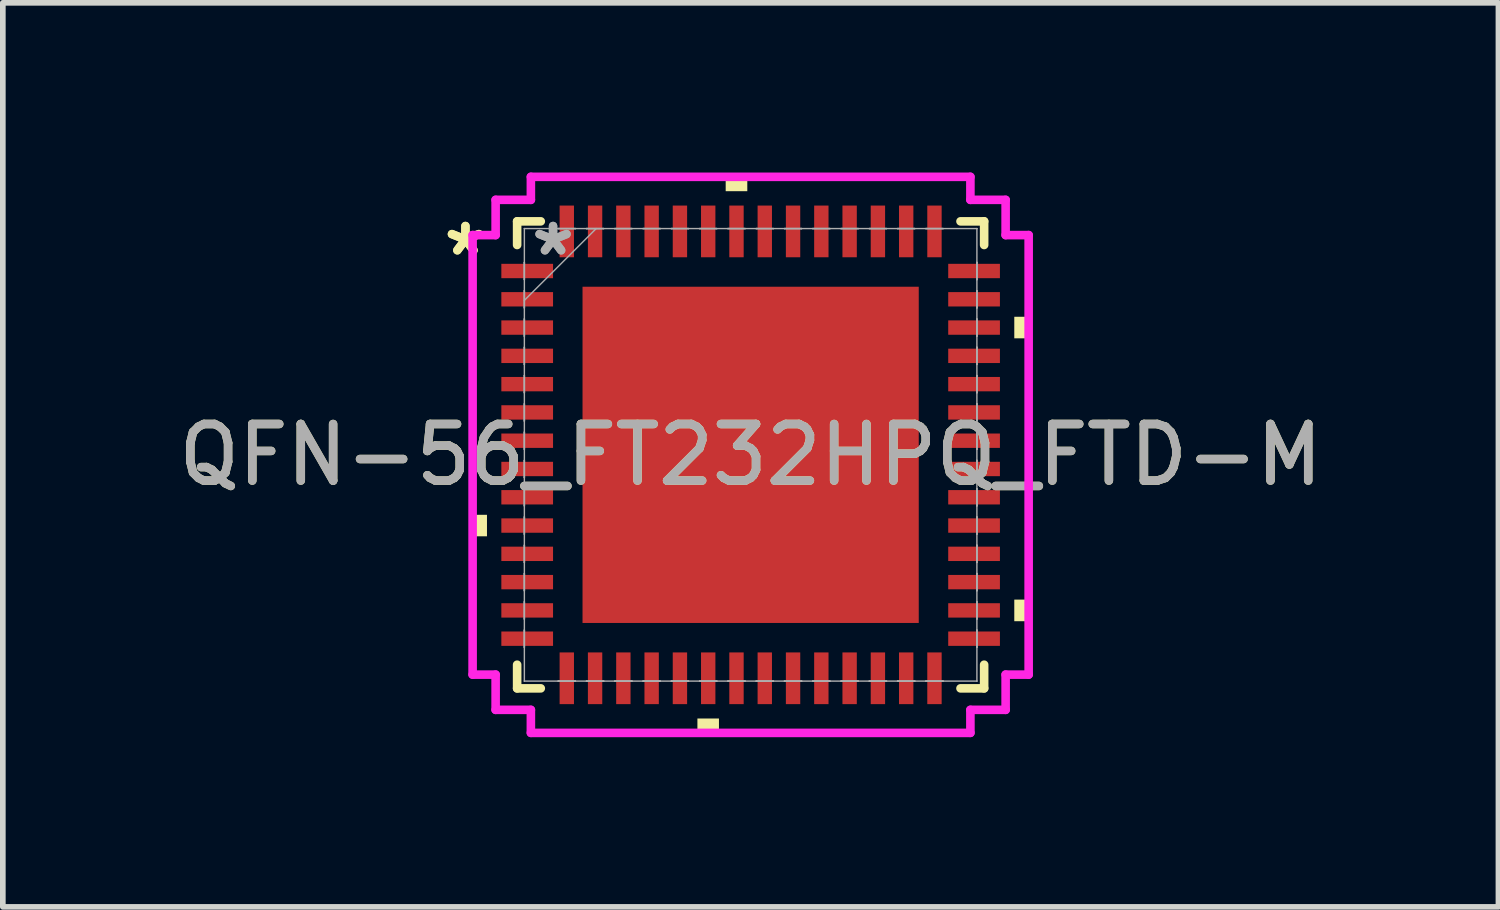
<source format=kicad_pcb>
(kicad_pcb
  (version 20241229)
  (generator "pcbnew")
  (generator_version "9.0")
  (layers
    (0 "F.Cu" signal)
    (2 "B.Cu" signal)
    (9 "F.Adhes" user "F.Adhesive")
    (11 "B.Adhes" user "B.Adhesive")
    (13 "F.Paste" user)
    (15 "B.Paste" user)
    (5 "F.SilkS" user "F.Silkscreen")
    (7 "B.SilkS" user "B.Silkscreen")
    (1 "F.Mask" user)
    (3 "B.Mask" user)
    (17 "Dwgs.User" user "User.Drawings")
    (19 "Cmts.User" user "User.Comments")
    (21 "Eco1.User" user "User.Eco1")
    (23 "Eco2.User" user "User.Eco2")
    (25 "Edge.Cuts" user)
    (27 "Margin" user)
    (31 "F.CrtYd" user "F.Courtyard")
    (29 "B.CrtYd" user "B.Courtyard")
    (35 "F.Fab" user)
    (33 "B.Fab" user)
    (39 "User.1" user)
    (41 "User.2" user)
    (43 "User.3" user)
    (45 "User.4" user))
  (footprint "QFN-56_FT232HPQ_FTD-M"
    (layer "F.Cu")
    (at 10.22 4.991)
    (property "Reference" "QFN-56_FT232HPQ_FTD-M" (at 0 0 0) (unlocked yes) (layer "F.SilkS") (effects (font (size 1 1) (thickness 0.15))))
    (attr smd)
    (fp_line (start -4.128 -4.128) (end -4.128 -3.71) (stroke (width 0.152) (type solid)) (layer "F.SilkS"))
    (fp_line (start -4.128 3.71) (end -4.128 4.128) (stroke (width 0.152) (type solid)) (layer "F.SilkS"))
    (fp_line (start -4.128 4.128) (end -3.71 4.128) (stroke (width 0.152) (type solid)) (layer "F.SilkS"))
    (fp_line (start -3.71 -4.128) (end -4.128 -4.128) (stroke (width 0.152) (type solid)) (layer "F.SilkS"))
    (fp_line (start 3.71 4.128) (end 4.128 4.128) (stroke (width 0.152) (type solid)) (layer "F.SilkS"))
    (fp_line (start 4.128 -4.128) (end 3.71 -4.128) (stroke (width 0.152) (type solid)) (layer "F.SilkS"))
    (fp_line (start 4.128 -3.71) (end 4.128 -4.128) (stroke (width 0.152) (type solid)) (layer "F.SilkS"))
    (fp_line (start 4.128 4.128) (end 4.128 3.71) (stroke (width 0.152) (type solid)) (layer "F.SilkS"))
    (fp_poly (pts (xy -4.915 1.06) (xy -4.915 1.44) (xy -4.661 1.44) (xy -4.661 1.06)) (stroke (width 0) (type solid)) (fill yes) (layer "F.SilkS"))
    (fp_poly (pts (xy -0.941 4.661) (xy -0.941 4.915) (xy -0.56 4.915) (xy -0.56 4.661)) (stroke (width 0) (type solid)) (fill yes) (layer "F.SilkS"))
    (fp_poly (pts (xy -0.441 -4.661) (xy -0.441 -4.915) (xy -0.059 -4.915) (xy -0.059 -4.661)) (stroke (width 0) (type solid)) (fill yes) (layer "F.SilkS"))
    (fp_poly (pts (xy 4.915 -2.441) (xy 4.915 -2.06) (xy 4.661 -2.06) (xy 4.661 -2.441)) (stroke (width 0) (type solid)) (fill yes) (layer "F.SilkS"))
    (fp_poly (pts (xy 4.915 2.559) (xy 4.915 2.941) (xy 4.661 2.941) (xy 4.661 2.559)) (stroke (width 0) (type solid)) (fill yes) (layer "F.SilkS"))
    (fp_poly (pts (xy -2.872 -2.872) (xy -2.872 -1.586) (xy -1.586 -1.586) (xy -1.586 -2.872)) (stroke (width 0) (type solid)) (fill yes) (layer "F.Paste"))
    (fp_poly (pts (xy -2.872 -1.386) (xy -2.872 -0.1) (xy -1.586 -0.1) (xy -1.586 -1.386)) (stroke (width 0) (type solid)) (fill yes) (layer "F.Paste"))
    (fp_poly (pts (xy -2.872 0.1) (xy -2.872 1.386) (xy -1.586 1.386) (xy -1.586 0.1)) (stroke (width 0) (type solid)) (fill yes) (layer "F.Paste"))
    (fp_poly (pts (xy -2.872 1.586) (xy -2.872 2.872) (xy -1.586 2.872) (xy -1.586 1.586)) (stroke (width 0) (type solid)) (fill yes) (layer "F.Paste"))
    (fp_poly (pts (xy -1.386 -2.872) (xy -1.386 -1.586) (xy -0.1 -1.586) (xy -0.1 -2.872)) (stroke (width 0) (type solid)) (fill yes) (layer "F.Paste"))
    (fp_poly (pts (xy -1.386 -1.386) (xy -1.386 -0.1) (xy -0.1 -0.1) (xy -0.1 -1.386)) (stroke (width 0) (type solid)) (fill yes) (layer "F.Paste"))
    (fp_poly (pts (xy -1.386 0.1) (xy -1.386 1.386) (xy -0.1 1.386) (xy -0.1 0.1)) (stroke (width 0) (type solid)) (fill yes) (layer "F.Paste"))
    (fp_poly (pts (xy -1.386 1.586) (xy -1.386 2.872) (xy -0.1 2.872) (xy -0.1 1.586)) (stroke (width 0) (type solid)) (fill yes) (layer "F.Paste"))
    (fp_poly (pts (xy 0.1 -2.872) (xy 0.1 -1.586) (xy 1.386 -1.586) (xy 1.386 -2.872)) (stroke (width 0) (type solid)) (fill yes) (layer "F.Paste"))
    (fp_poly (pts (xy 0.1 -1.386) (xy 0.1 -0.1) (xy 1.386 -0.1) (xy 1.386 -1.386)) (stroke (width 0) (type solid)) (fill yes) (layer "F.Paste"))
    (fp_poly (pts (xy 0.1 0.1) (xy 0.1 1.386) (xy 1.386 1.386) (xy 1.386 0.1)) (stroke (width 0) (type solid)) (fill yes) (layer "F.Paste"))
    (fp_poly (pts (xy 0.1 1.586) (xy 0.1 2.872) (xy 1.386 2.872) (xy 1.386 1.586)) (stroke (width 0) (type solid)) (fill yes) (layer "F.Paste"))
    (fp_poly (pts (xy 1.586 -2.872) (xy 1.586 -1.586) (xy 2.872 -1.586) (xy 2.872 -2.872)) (stroke (width 0) (type solid)) (fill yes) (layer "F.Paste"))
    (fp_poly (pts (xy 1.586 -1.386) (xy 1.586 -0.1) (xy 2.872 -0.1) (xy 2.872 -1.386)) (stroke (width 0) (type solid)) (fill yes) (layer "F.Paste"))
    (fp_poly (pts (xy 1.586 0.1) (xy 1.586 1.386) (xy 2.872 1.386) (xy 2.872 0.1)) (stroke (width 0) (type solid)) (fill yes) (layer "F.Paste"))
    (fp_poly (pts (xy 1.586 1.586) (xy 1.586 2.872) (xy 2.872 2.872) (xy 2.872 1.586)) (stroke (width 0) (type solid)) (fill yes) (layer "F.Paste"))
    (fp_line (start -4.915 -3.885) (end -4.508 -3.885) (stroke (width 0.152) (type solid)) (layer "F.CrtYd"))
    (fp_line (start -4.915 3.885) (end -4.915 -3.885) (stroke (width 0.152) (type solid)) (layer "F.CrtYd"))
    (fp_line (start -4.508 -4.508) (end -3.885 -4.508) (stroke (width 0.152) (type solid)) (layer "F.CrtYd"))
    (fp_line (start -4.508 -3.885) (end -4.508 -4.508) (stroke (width 0.152) (type solid)) (layer "F.CrtYd"))
    (fp_line (start -4.508 3.885) (end -4.915 3.885) (stroke (width 0.152) (type solid)) (layer "F.CrtYd"))
    (fp_line (start -4.508 4.508) (end -4.508 3.885) (stroke (width 0.152) (type solid)) (layer "F.CrtYd"))
    (fp_line (start -3.885 -4.915) (end 3.885 -4.915) (stroke (width 0.152) (type solid)) (layer "F.CrtYd"))
    (fp_line (start -3.885 -4.508) (end -3.885 -4.915) (stroke (width 0.152) (type solid)) (layer "F.CrtYd"))
    (fp_line (start -3.885 4.508) (end -4.508 4.508) (stroke (width 0.152) (type solid)) (layer "F.CrtYd"))
    (fp_line (start -3.885 4.915) (end -3.885 4.508) (stroke (width 0.152) (type solid)) (layer "F.CrtYd"))
    (fp_line (start 3.885 -4.915) (end 3.885 -4.508) (stroke (width 0.152) (type solid)) (layer "F.CrtYd"))
    (fp_line (start 3.885 -4.508) (end 4.508 -4.508) (stroke (width 0.152) (type solid)) (layer "F.CrtYd"))
    (fp_line (start 3.885 4.508) (end 3.885 4.915) (stroke (width 0.152) (type solid)) (layer "F.CrtYd"))
    (fp_line (start 3.885 4.915) (end -3.885 4.915) (stroke (width 0.152) (type solid)) (layer "F.CrtYd"))
    (fp_line (start 4.508 -4.508) (end 4.508 -3.885) (stroke (width 0.152) (type solid)) (layer "F.CrtYd"))
    (fp_line (start 4.508 -3.885) (end 4.915 -3.885) (stroke (width 0.152) (type solid)) (layer "F.CrtYd"))
    (fp_line (start 4.508 3.885) (end 4.508 4.508) (stroke (width 0.152) (type solid)) (layer "F.CrtYd"))
    (fp_line (start 4.508 4.508) (end 3.885 4.508) (stroke (width 0.152) (type solid)) (layer "F.CrtYd"))
    (fp_line (start 4.915 -3.885) (end 4.915 3.885) (stroke (width 0.152) (type solid)) (layer "F.CrtYd"))
    (fp_line (start 4.915 3.885) (end 4.508 3.885) (stroke (width 0.152) (type solid)) (layer "F.CrtYd"))
    (fp_line (start -4 -4) (end -4 -4) (stroke (width 0.025) (type solid)) (layer "F.Fab"))
    (fp_line (start -4 -4) (end -4 4) (stroke (width 0.025) (type solid)) (layer "F.Fab"))
    (fp_line (start -4 -3.402) (end -4 -3.402) (stroke (width 0.025) (type solid)) (layer "F.Fab"))
    (fp_line (start -4 -3.402) (end -4 -3.098) (stroke (width 0.025) (type solid)) (layer "F.Fab"))
    (fp_line (start -4 -3.098) (end -4 -3.402) (stroke (width 0.025) (type solid)) (layer "F.Fab"))
    (fp_line (start -4 -3.098) (end -4 -3.098) (stroke (width 0.025) (type solid)) (layer "F.Fab"))
    (fp_line (start -4 -2.902) (end -4 -2.902) (stroke (width 0.025) (type solid)) (layer "F.Fab"))
    (fp_line (start -4 -2.902) (end -4 -2.598) (stroke (width 0.025) (type solid)) (layer "F.Fab"))
    (fp_line (start -4 -2.731) (end -2.731 -4) (stroke (width 0.025) (type solid)) (layer "F.Fab"))
    (fp_line (start -4 -2.598) (end -4 -2.902) (stroke (width 0.025) (type solid)) (layer "F.Fab"))
    (fp_line (start -4 -2.598) (end -4 -2.598) (stroke (width 0.025) (type solid)) (layer "F.Fab"))
    (fp_line (start -4 -2.402) (end -4 -2.402) (stroke (width 0.025) (type solid)) (layer "F.Fab"))
    (fp_line (start -4 -2.402) (end -4 -2.098) (stroke (width 0.025) (type solid)) (layer "F.Fab"))
    (fp_line (start -4 -2.098) (end -4 -2.402) (stroke (width 0.025) (type solid)) (layer "F.Fab"))
    (fp_line (start -4 -2.098) (end -4 -2.098) (stroke (width 0.025) (type solid)) (layer "F.Fab"))
    (fp_line (start -4 -1.902) (end -4 -1.902) (stroke (width 0.025) (type solid)) (layer "F.Fab"))
    (fp_line (start -4 -1.902) (end -4 -1.598) (stroke (width 0.025) (type solid)) (layer "F.Fab"))
    (fp_line (start -4 -1.598) (end -4 -1.902) (stroke (width 0.025) (type solid)) (layer "F.Fab"))
    (fp_line (start -4 -1.598) (end -4 -1.598) (stroke (width 0.025) (type solid)) (layer "F.Fab"))
    (fp_line (start -4 -1.402) (end -4 -1.402) (stroke (width 0.025) (type solid)) (layer "F.Fab"))
    (fp_line (start -4 -1.402) (end -4 -1.098) (stroke (width 0.025) (type solid)) (layer "F.Fab"))
    (fp_line (start -4 -1.098) (end -4 -1.402) (stroke (width 0.025) (type solid)) (layer "F.Fab"))
    (fp_line (start -4 -1.098) (end -4 -1.098) (stroke (width 0.025) (type solid)) (layer "F.Fab"))
    (fp_line (start -4 -0.902) (end -4 -0.902) (stroke (width 0.025) (type solid)) (layer "F.Fab"))
    (fp_line (start -4 -0.902) (end -4 -0.598) (stroke (width 0.025) (type solid)) (layer "F.Fab"))
    (fp_line (start -4 -0.598) (end -4 -0.902) (stroke (width 0.025) (type solid)) (layer "F.Fab"))
    (fp_line (start -4 -0.598) (end -4 -0.598) (stroke (width 0.025) (type solid)) (layer "F.Fab"))
    (fp_line (start -4 -0.402) (end -4 -0.402) (stroke (width 0.025) (type solid)) (layer "F.Fab"))
    (fp_line (start -4 -0.402) (end -4 -0.098) (stroke (width 0.025) (type solid)) (layer "F.Fab"))
    (fp_line (start -4 -0.098) (end -4 -0.402) (stroke (width 0.025) (type solid)) (layer "F.Fab"))
    (fp_line (start -4 -0.098) (end -4 -0.098) (stroke (width 0.025) (type solid)) (layer "F.Fab"))
    (fp_line (start -4 0.098) (end -4 0.098) (stroke (width 0.025) (type solid)) (layer "F.Fab"))
    (fp_line (start -4 0.098) (end -4 0.402) (stroke (width 0.025) (type solid)) (layer "F.Fab"))
    (fp_line (start -4 0.402) (end -4 0.098) (stroke (width 0.025) (type solid)) (layer "F.Fab"))
    (fp_line (start -4 0.402) (end -4 0.402) (stroke (width 0.025) (type solid)) (layer "F.Fab"))
    (fp_line (start -4 0.598) (end -4 0.598) (stroke (width 0.025) (type solid)) (layer "F.Fab"))
    (fp_line (start -4 0.598) (end -4 0.902) (stroke (width 0.025) (type solid)) (layer "F.Fab"))
    (fp_line (start -4 0.902) (end -4 0.598) (stroke (width 0.025) (type solid)) (layer "F.Fab"))
    (fp_line (start -4 0.902) (end -4 0.902) (stroke (width 0.025) (type solid)) (layer "F.Fab"))
    (fp_line (start -4 1.098) (end -4 1.098) (stroke (width 0.025) (type solid)) (layer "F.Fab"))
    (fp_line (start -4 1.098) (end -4 1.402) (stroke (width 0.025) (type solid)) (layer "F.Fab"))
    (fp_line (start -4 1.402) (end -4 1.098) (stroke (width 0.025) (type solid)) (layer "F.Fab"))
    (fp_line (start -4 1.402) (end -4 1.402) (stroke (width 0.025) (type solid)) (layer "F.Fab"))
    (fp_line (start -4 1.598) (end -4 1.598) (stroke (width 0.025) (type solid)) (layer "F.Fab"))
    (fp_line (start -4 1.598) (end -4 1.902) (stroke (width 0.025) (type solid)) (layer "F.Fab"))
    (fp_line (start -4 1.902) (end -4 1.598) (stroke (width 0.025) (type solid)) (layer "F.Fab"))
    (fp_line (start -4 1.902) (end -4 1.902) (stroke (width 0.025) (type solid)) (layer "F.Fab"))
    (fp_line (start -4 2.098) (end -4 2.098) (stroke (width 0.025) (type solid)) (layer "F.Fab"))
    (fp_line (start -4 2.098) (end -4 2.402) (stroke (width 0.025) (type solid)) (layer "F.Fab"))
    (fp_line (start -4 2.402) (end -4 2.098) (stroke (width 0.025) (type solid)) (layer "F.Fab"))
    (fp_line (start -4 2.402) (end -4 2.402) (stroke (width 0.025) (type solid)) (layer "F.Fab"))
    (fp_line (start -4 2.598) (end -4 2.598) (stroke (width 0.025) (type solid)) (layer "F.Fab"))
    (fp_line (start -4 2.598) (end -4 2.902) (stroke (width 0.025) (type solid)) (layer "F.Fab"))
    (fp_line (start -4 2.902) (end -4 2.598) (stroke (width 0.025) (type solid)) (layer "F.Fab"))
    (fp_line (start -4 2.902) (end -4 2.902) (stroke (width 0.025) (type solid)) (layer "F.Fab"))
    (fp_line (start -4 3.098) (end -4 3.098) (stroke (width 0.025) (type solid)) (layer "F.Fab"))
    (fp_line (start -4 3.098) (end -4 3.402) (stroke (width 0.025) (type solid)) (layer "F.Fab"))
    (fp_line (start -4 3.402) (end -4 3.098) (stroke (width 0.025) (type solid)) (layer "F.Fab"))
    (fp_line (start -4 3.402) (end -4 3.402) (stroke (width 0.025) (type solid)) (layer "F.Fab"))
    (fp_line (start -4 4) (end -4 4) (stroke (width 0.025) (type solid)) (layer "F.Fab"))
    (fp_line (start -4 4) (end 4 4) (stroke (width 0.025) (type solid)) (layer "F.Fab"))
    (fp_line (start -3.402 -4) (end -3.402 -4) (stroke (width 0.025) (type solid)) (layer "F.Fab"))
    (fp_line (start -3.402 -4) (end -3.098 -4) (stroke (width 0.025) (type solid)) (layer "F.Fab"))
    (fp_line (start -3.402 4) (end -3.402 4) (stroke (width 0.025) (type solid)) (layer "F.Fab"))
    (fp_line (start -3.402 4) (end -3.098 4) (stroke (width 0.025) (type solid)) (layer "F.Fab"))
    (fp_line (start -3.098 -4) (end -3.402 -4) (stroke (width 0.025) (type solid)) (layer "F.Fab"))
    (fp_line (start -3.098 -4) (end -3.098 -4) (stroke (width 0.025) (type solid)) (layer "F.Fab"))
    (fp_line (start -3.098 4) (end -3.402 4) (stroke (width 0.025) (type solid)) (layer "F.Fab"))
    (fp_line (start -3.098 4) (end -3.098 4) (stroke (width 0.025) (type solid)) (layer "F.Fab"))
    (fp_line (start -2.902 -4) (end -2.902 -4) (stroke (width 0.025) (type solid)) (layer "F.Fab"))
    (fp_line (start -2.902 -4) (end -2.598 -4) (stroke (width 0.025) (type solid)) (layer "F.Fab"))
    (fp_line (start -2.902 4) (end -2.902 4) (stroke (width 0.025) (type solid)) (layer "F.Fab"))
    (fp_line (start -2.902 4) (end -2.598 4) (stroke (width 0.025) (type solid)) (layer "F.Fab"))
    (fp_line (start -2.598 -4) (end -2.902 -4) (stroke (width 0.025) (type solid)) (layer "F.Fab"))
    (fp_line (start -2.598 -4) (end -2.598 -4) (stroke (width 0.025) (type solid)) (layer "F.Fab"))
    (fp_line (start -2.598 4) (end -2.902 4) (stroke (width 0.025) (type solid)) (layer "F.Fab"))
    (fp_line (start -2.598 4) (end -2.598 4) (stroke (width 0.025) (type solid)) (layer "F.Fab"))
    (fp_line (start -2.402 -4) (end -2.402 -4) (stroke (width 0.025) (type solid)) (layer "F.Fab"))
    (fp_line (start -2.402 -4) (end -2.098 -4) (stroke (width 0.025) (type solid)) (layer "F.Fab"))
    (fp_line (start -2.402 4) (end -2.402 4) (stroke (width 0.025) (type solid)) (layer "F.Fab"))
    (fp_line (start -2.402 4) (end -2.098 4) (stroke (width 0.025) (type solid)) (layer "F.Fab"))
    (fp_line (start -2.098 -4) (end -2.402 -4) (stroke (width 0.025) (type solid)) (layer "F.Fab"))
    (fp_line (start -2.098 -4) (end -2.098 -4) (stroke (width 0.025) (type solid)) (layer "F.Fab"))
    (fp_line (start -2.098 4) (end -2.402 4) (stroke (width 0.025) (type solid)) (layer "F.Fab"))
    (fp_line (start -2.098 4) (end -2.098 4) (stroke (width 0.025) (type solid)) (layer "F.Fab"))
    (fp_line (start -1.902 -4) (end -1.902 -4) (stroke (width 0.025) (type solid)) (layer "F.Fab"))
    (fp_line (start -1.902 -4) (end -1.598 -4) (stroke (width 0.025) (type solid)) (layer "F.Fab"))
    (fp_line (start -1.902 4) (end -1.902 4) (stroke (width 0.025) (type solid)) (layer "F.Fab"))
    (fp_line (start -1.902 4) (end -1.598 4) (stroke (width 0.025) (type solid)) (layer "F.Fab"))
    (fp_line (start -1.598 -4) (end -1.902 -4) (stroke (width 0.025) (type solid)) (layer "F.Fab"))
    (fp_line (start -1.598 -4) (end -1.598 -4) (stroke (width 0.025) (type solid)) (layer "F.Fab"))
    (fp_line (start -1.598 4) (end -1.902 4) (stroke (width 0.025) (type solid)) (layer "F.Fab"))
    (fp_line (start -1.598 4) (end -1.598 4) (stroke (width 0.025) (type solid)) (layer "F.Fab"))
    (fp_line (start -1.402 -4) (end -1.402 -4) (stroke (width 0.025) (type solid)) (layer "F.Fab"))
    (fp_line (start -1.402 -4) (end -1.098 -4) (stroke (width 0.025) (type solid)) (layer "F.Fab"))
    (fp_line (start -1.402 4) (end -1.402 4) (stroke (width 0.025) (type solid)) (layer "F.Fab"))
    (fp_line (start -1.402 4) (end -1.098 4) (stroke (width 0.025) (type solid)) (layer "F.Fab"))
    (fp_line (start -1.098 -4) (end -1.402 -4) (stroke (width 0.025) (type solid)) (layer "F.Fab"))
    (fp_line (start -1.098 -4) (end -1.098 -4) (stroke (width 0.025) (type solid)) (layer "F.Fab"))
    (fp_line (start -1.098 4) (end -1.402 4) (stroke (width 0.025) (type solid)) (layer "F.Fab"))
    (fp_line (start -1.098 4) (end -1.098 4) (stroke (width 0.025) (type solid)) (layer "F.Fab"))
    (fp_line (start -0.902 -4) (end -0.902 -4) (stroke (width 0.025) (type solid)) (layer "F.Fab"))
    (fp_line (start -0.902 -4) (end -0.598 -4) (stroke (width 0.025) (type solid)) (layer "F.Fab"))
    (fp_line (start -0.902 4) (end -0.902 4) (stroke (width 0.025) (type solid)) (layer "F.Fab"))
    (fp_line (start -0.902 4) (end -0.598 4) (stroke (width 0.025) (type solid)) (layer "F.Fab"))
    (fp_line (start -0.598 -4) (end -0.902 -4) (stroke (width 0.025) (type solid)) (layer "F.Fab"))
    (fp_line (start -0.598 -4) (end -0.598 -4) (stroke (width 0.025) (type solid)) (layer "F.Fab"))
    (fp_line (start -0.598 4) (end -0.902 4) (stroke (width 0.025) (type solid)) (layer "F.Fab"))
    (fp_line (start -0.598 4) (end -0.598 4) (stroke (width 0.025) (type solid)) (layer "F.Fab"))
    (fp_line (start -0.402 -4) (end -0.402 -4) (stroke (width 0.025) (type solid)) (layer "F.Fab"))
    (fp_line (start -0.402 -4) (end -0.098 -4) (stroke (width 0.025) (type solid)) (layer "F.Fab"))
    (fp_line (start -0.402 4) (end -0.402 4) (stroke (width 0.025) (type solid)) (layer "F.Fab"))
    (fp_line (start -0.402 4) (end -0.098 4) (stroke (width 0.025) (type solid)) (layer "F.Fab"))
    (fp_line (start -0.098 -4) (end -0.402 -4) (stroke (width 0.025) (type solid)) (layer "F.Fab"))
    (fp_line (start -0.098 -4) (end -0.098 -4) (stroke (width 0.025) (type solid)) (layer "F.Fab"))
    (fp_line (start -0.098 4) (end -0.402 4) (stroke (width 0.025) (type solid)) (layer "F.Fab"))
    (fp_line (start -0.098 4) (end -0.098 4) (stroke (width 0.025) (type solid)) (layer "F.Fab"))
    (fp_line (start 0.098 -4) (end 0.098 -4) (stroke (width 0.025) (type solid)) (layer "F.Fab"))
    (fp_line (start 0.098 -4) (end 0.402 -4) (stroke (width 0.025) (type solid)) (layer "F.Fab"))
    (fp_line (start 0.098 4) (end 0.098 4) (stroke (width 0.025) (type solid)) (layer "F.Fab"))
    (fp_line (start 0.098 4) (end 0.402 4) (stroke (width 0.025) (type solid)) (layer "F.Fab"))
    (fp_line (start 0.402 -4) (end 0.098 -4) (stroke (width 0.025) (type solid)) (layer "F.Fab"))
    (fp_line (start 0.402 -4) (end 0.402 -4) (stroke (width 0.025) (type solid)) (layer "F.Fab"))
    (fp_line (start 0.402 4) (end 0.098 4) (stroke (width 0.025) (type solid)) (layer "F.Fab"))
    (fp_line (start 0.402 4) (end 0.402 4) (stroke (width 0.025) (type solid)) (layer "F.Fab"))
    (fp_line (start 0.598 -4) (end 0.598 -4) (stroke (width 0.025) (type solid)) (layer "F.Fab"))
    (fp_line (start 0.598 -4) (end 0.902 -4) (stroke (width 0.025) (type solid)) (layer "F.Fab"))
    (fp_line (start 0.598 4) (end 0.598 4) (stroke (width 0.025) (type solid)) (layer "F.Fab"))
    (fp_line (start 0.598 4) (end 0.902 4) (stroke (width 0.025) (type solid)) (layer "F.Fab"))
    (fp_line (start 0.902 -4) (end 0.598 -4) (stroke (width 0.025) (type solid)) (layer "F.Fab"))
    (fp_line (start 0.902 -4) (end 0.902 -4) (stroke (width 0.025) (type solid)) (layer "F.Fab"))
    (fp_line (start 0.902 4) (end 0.598 4) (stroke (width 0.025) (type solid)) (layer "F.Fab"))
    (fp_line (start 0.902 4) (end 0.902 4) (stroke (width 0.025) (type solid)) (layer "F.Fab"))
    (fp_line (start 1.098 -4) (end 1.098 -4) (stroke (width 0.025) (type solid)) (layer "F.Fab"))
    (fp_line (start 1.098 -4) (end 1.402 -4) (stroke (width 0.025) (type solid)) (layer "F.Fab"))
    (fp_line (start 1.098 4) (end 1.098 4) (stroke (width 0.025) (type solid)) (layer "F.Fab"))
    (fp_line (start 1.098 4) (end 1.402 4) (stroke (width 0.025) (type solid)) (layer "F.Fab"))
    (fp_line (start 1.402 -4) (end 1.098 -4) (stroke (width 0.025) (type solid)) (layer "F.Fab"))
    (fp_line (start 1.402 -4) (end 1.402 -4) (stroke (width 0.025) (type solid)) (layer "F.Fab"))
    (fp_line (start 1.402 4) (end 1.098 4) (stroke (width 0.025) (type solid)) (layer "F.Fab"))
    (fp_line (start 1.402 4) (end 1.402 4) (stroke (width 0.025) (type solid)) (layer "F.Fab"))
    (fp_line (start 1.598 -4) (end 1.598 -4) (stroke (width 0.025) (type solid)) (layer "F.Fab"))
    (fp_line (start 1.598 -4) (end 1.902 -4) (stroke (width 0.025) (type solid)) (layer "F.Fab"))
    (fp_line (start 1.598 4) (end 1.598 4) (stroke (width 0.025) (type solid)) (layer "F.Fab"))
    (fp_line (start 1.598 4) (end 1.902 4) (stroke (width 0.025) (type solid)) (layer "F.Fab"))
    (fp_line (start 1.902 -4) (end 1.598 -4) (stroke (width 0.025) (type solid)) (layer "F.Fab"))
    (fp_line (start 1.902 -4) (end 1.902 -4) (stroke (width 0.025) (type solid)) (layer "F.Fab"))
    (fp_line (start 1.902 4) (end 1.598 4) (stroke (width 0.025) (type solid)) (layer "F.Fab"))
    (fp_line (start 1.902 4) (end 1.902 4) (stroke (width 0.025) (type solid)) (layer "F.Fab"))
    (fp_line (start 2.098 -4) (end 2.098 -4) (stroke (width 0.025) (type solid)) (layer "F.Fab"))
    (fp_line (start 2.098 -4) (end 2.402 -4) (stroke (width 0.025) (type solid)) (layer "F.Fab"))
    (fp_line (start 2.098 4) (end 2.098 4) (stroke (width 0.025) (type solid)) (layer "F.Fab"))
    (fp_line (start 2.098 4) (end 2.402 4) (stroke (width 0.025) (type solid)) (layer "F.Fab"))
    (fp_line (start 2.402 -4) (end 2.098 -4) (stroke (width 0.025) (type solid)) (layer "F.Fab"))
    (fp_line (start 2.402 -4) (end 2.402 -4) (stroke (width 0.025) (type solid)) (layer "F.Fab"))
    (fp_line (start 2.402 4) (end 2.098 4) (stroke (width 0.025) (type solid)) (layer "F.Fab"))
    (fp_line (start 2.402 4) (end 2.402 4) (stroke (width 0.025) (type solid)) (layer "F.Fab"))
    (fp_line (start 2.598 -4) (end 2.598 -4) (stroke (width 0.025) (type solid)) (layer "F.Fab"))
    (fp_line (start 2.598 -4) (end 2.902 -4) (stroke (width 0.025) (type solid)) (layer "F.Fab"))
    (fp_line (start 2.598 4) (end 2.598 4) (stroke (width 0.025) (type solid)) (layer "F.Fab"))
    (fp_line (start 2.598 4) (end 2.902 4) (stroke (width 0.025) (type solid)) (layer "F.Fab"))
    (fp_line (start 2.902 -4) (end 2.598 -4) (stroke (width 0.025) (type solid)) (layer "F.Fab"))
    (fp_line (start 2.902 -4) (end 2.902 -4) (stroke (width 0.025) (type solid)) (layer "F.Fab"))
    (fp_line (start 2.902 4) (end 2.598 4) (stroke (width 0.025) (type solid)) (layer "F.Fab"))
    (fp_line (start 2.902 4) (end 2.902 4) (stroke (width 0.025) (type solid)) (layer "F.Fab"))
    (fp_line (start 3.098 -4) (end 3.098 -4) (stroke (width 0.025) (type solid)) (layer "F.Fab"))
    (fp_line (start 3.098 -4) (end 3.402 -4) (stroke (width 0.025) (type solid)) (layer "F.Fab"))
    (fp_line (start 3.098 4) (end 3.098 4) (stroke (width 0.025) (type solid)) (layer "F.Fab"))
    (fp_line (start 3.098 4) (end 3.402 4) (stroke (width 0.025) (type solid)) (layer "F.Fab"))
    (fp_line (start 3.402 -4) (end 3.098 -4) (stroke (width 0.025) (type solid)) (layer "F.Fab"))
    (fp_line (start 3.402 -4) (end 3.402 -4) (stroke (width 0.025) (type solid)) (layer "F.Fab"))
    (fp_line (start 3.402 4) (end 3.098 4) (stroke (width 0.025) (type solid)) (layer "F.Fab"))
    (fp_line (start 3.402 4) (end 3.402 4) (stroke (width 0.025) (type solid)) (layer "F.Fab"))
    (fp_line (start 4 -4) (end -4 -4) (stroke (width 0.025) (type solid)) (layer "F.Fab"))
    (fp_line (start 4 -4) (end 4 -4) (stroke (width 0.025) (type solid)) (layer "F.Fab"))
    (fp_line (start 4 -3.402) (end 4 -3.402) (stroke (width 0.025) (type solid)) (layer "F.Fab"))
    (fp_line (start 4 -3.402) (end 4 -3.098) (stroke (width 0.025) (type solid)) (layer "F.Fab"))
    (fp_line (start 4 -3.098) (end 4 -3.402) (stroke (width 0.025) (type solid)) (layer "F.Fab"))
    (fp_line (start 4 -3.098) (end 4 -3.098) (stroke (width 0.025) (type solid)) (layer "F.Fab"))
    (fp_line (start 4 -2.902) (end 4 -2.902) (stroke (width 0.025) (type solid)) (layer "F.Fab"))
    (fp_line (start 4 -2.902) (end 4 -2.598) (stroke (width 0.025) (type solid)) (layer "F.Fab"))
    (fp_line (start 4 -2.598) (end 4 -2.902) (stroke (width 0.025) (type solid)) (layer "F.Fab"))
    (fp_line (start 4 -2.598) (end 4 -2.598) (stroke (width 0.025) (type solid)) (layer "F.Fab"))
    (fp_line (start 4 -2.402) (end 4 -2.402) (stroke (width 0.025) (type solid)) (layer "F.Fab"))
    (fp_line (start 4 -2.402) (end 4 -2.098) (stroke (width 0.025) (type solid)) (layer "F.Fab"))
    (fp_line (start 4 -2.098) (end 4 -2.402) (stroke (width 0.025) (type solid)) (layer "F.Fab"))
    (fp_line (start 4 -2.098) (end 4 -2.098) (stroke (width 0.025) (type solid)) (layer "F.Fab"))
    (fp_line (start 4 -1.902) (end 4 -1.902) (stroke (width 0.025) (type solid)) (layer "F.Fab"))
    (fp_line (start 4 -1.902) (end 4 -1.598) (stroke (width 0.025) (type solid)) (layer "F.Fab"))
    (fp_line (start 4 -1.598) (end 4 -1.902) (stroke (width 0.025) (type solid)) (layer "F.Fab"))
    (fp_line (start 4 -1.598) (end 4 -1.598) (stroke (width 0.025) (type solid)) (layer "F.Fab"))
    (fp_line (start 4 -1.402) (end 4 -1.402) (stroke (width 0.025) (type solid)) (layer "F.Fab"))
    (fp_line (start 4 -1.402) (end 4 -1.098) (stroke (width 0.025) (type solid)) (layer "F.Fab"))
    (fp_line (start 4 -1.098) (end 4 -1.402) (stroke (width 0.025) (type solid)) (layer "F.Fab"))
    (fp_line (start 4 -1.098) (end 4 -1.098) (stroke (width 0.025) (type solid)) (layer "F.Fab"))
    (fp_line (start 4 -0.902) (end 4 -0.902) (stroke (width 0.025) (type solid)) (layer "F.Fab"))
    (fp_line (start 4 -0.902) (end 4 -0.598) (stroke (width 0.025) (type solid)) (layer "F.Fab"))
    (fp_line (start 4 -0.598) (end 4 -0.902) (stroke (width 0.025) (type solid)) (layer "F.Fab"))
    (fp_line (start 4 -0.598) (end 4 -0.598) (stroke (width 0.025) (type solid)) (layer "F.Fab"))
    (fp_line (start 4 -0.402) (end 4 -0.402) (stroke (width 0.025) (type solid)) (layer "F.Fab"))
    (fp_line (start 4 -0.402) (end 4 -0.098) (stroke (width 0.025) (type solid)) (layer "F.Fab"))
    (fp_line (start 4 -0.098) (end 4 -0.402) (stroke (width 0.025) (type solid)) (layer "F.Fab"))
    (fp_line (start 4 -0.098) (end 4 -0.098) (stroke (width 0.025) (type solid)) (layer "F.Fab"))
    (fp_line (start 4 0.098) (end 4 0.098) (stroke (width 0.025) (type solid)) (layer "F.Fab"))
    (fp_line (start 4 0.098) (end 4 0.402) (stroke (width 0.025) (type solid)) (layer "F.Fab"))
    (fp_line (start 4 0.402) (end 4 0.098) (stroke (width 0.025) (type solid)) (layer "F.Fab"))
    (fp_line (start 4 0.402) (end 4 0.402) (stroke (width 0.025) (type solid)) (layer "F.Fab"))
    (fp_line (start 4 0.598) (end 4 0.598) (stroke (width 0.025) (type solid)) (layer "F.Fab"))
    (fp_line (start 4 0.598) (end 4 0.902) (stroke (width 0.025) (type solid)) (layer "F.Fab"))
    (fp_line (start 4 0.902) (end 4 0.598) (stroke (width 0.025) (type solid)) (layer "F.Fab"))
    (fp_line (start 4 0.902) (end 4 0.902) (stroke (width 0.025) (type solid)) (layer "F.Fab"))
    (fp_line (start 4 1.098) (end 4 1.098) (stroke (width 0.025) (type solid)) (layer "F.Fab"))
    (fp_line (start 4 1.098) (end 4 1.402) (stroke (width 0.025) (type solid)) (layer "F.Fab"))
    (fp_line (start 4 1.402) (end 4 1.098) (stroke (width 0.025) (type solid)) (layer "F.Fab"))
    (fp_line (start 4 1.402) (end 4 1.402) (stroke (width 0.025) (type solid)) (layer "F.Fab"))
    (fp_line (start 4 1.598) (end 4 1.598) (stroke (width 0.025) (type solid)) (layer "F.Fab"))
    (fp_line (start 4 1.598) (end 4 1.902) (stroke (width 0.025) (type solid)) (layer "F.Fab"))
    (fp_line (start 4 1.902) (end 4 1.598) (stroke (width 0.025) (type solid)) (layer "F.Fab"))
    (fp_line (start 4 1.902) (end 4 1.902) (stroke (width 0.025) (type solid)) (layer "F.Fab"))
    (fp_line (start 4 2.098) (end 4 2.098) (stroke (width 0.025) (type solid)) (layer "F.Fab"))
    (fp_line (start 4 2.098) (end 4 2.402) (stroke (width 0.025) (type solid)) (layer "F.Fab"))
    (fp_line (start 4 2.402) (end 4 2.098) (stroke (width 0.025) (type solid)) (layer "F.Fab"))
    (fp_line (start 4 2.402) (end 4 2.402) (stroke (width 0.025) (type solid)) (layer "F.Fab"))
    (fp_line (start 4 2.598) (end 4 2.598) (stroke (width 0.025) (type solid)) (layer "F.Fab"))
    (fp_line (start 4 2.598) (end 4 2.902) (stroke (width 0.025) (type solid)) (layer "F.Fab"))
    (fp_line (start 4 2.902) (end 4 2.598) (stroke (width 0.025) (type solid)) (layer "F.Fab"))
    (fp_line (start 4 2.902) (end 4 2.902) (stroke (width 0.025) (type solid)) (layer "F.Fab"))
    (fp_line (start 4 3.098) (end 4 3.098) (stroke (width 0.025) (type solid)) (layer "F.Fab"))
    (fp_line (start 4 3.098) (end 4 3.402) (stroke (width 0.025) (type solid)) (layer "F.Fab"))
    (fp_line (start 4 3.402) (end 4 3.098) (stroke (width 0.025) (type solid)) (layer "F.Fab"))
    (fp_line (start 4 3.402) (end 4 3.402) (stroke (width 0.025) (type solid)) (layer "F.Fab"))
    (fp_line (start 4 4) (end 4 -4) (stroke (width 0.025) (type solid)) (layer "F.Fab"))
    (fp_line (start 4 4) (end 4 4) (stroke (width 0.025) (type solid)) (layer "F.Fab"))
    (fp_text user "*" (at -5.042 -3.5 0) (unlocked yes) (layer "F.SilkS") (effects (font (size 1 1) (thickness 0.15))))
    (fp_text user "*" (at -5.042 -3.5 0) (layer "F.SilkS") (effects (font (size 1 1) (thickness 0.15))))
    (fp_text user "${REFERENCE}" (at 0 0 0) (unlocked yes) (layer "F.Fab") (effects (font (size 1 1) (thickness 0.15))))
    (fp_text user "*" (at -3.493 -3.5 0) (layer "F.Fab") (effects (font (size 1 1) (thickness 0.15))))
    (fp_text user "*" (at -3.493 -3.5 0) (unlocked yes) (layer "F.Fab") (effects (font (size 1 1) (thickness 0.15))))
    (pad "1" smd rect (at -3.95 -3.25 90) (size 0.254 0.914) (layers "F.Cu" "F.Mask" "F.Paste"))
    (pad "2" smd rect (at -3.95 -2.75 90) (size 0.254 0.914) (layers "F.Cu" "F.Mask" "F.Paste"))
    (pad "3" smd rect (at -3.95 -2.25 90) (size 0.254 0.914) (layers "F.Cu" "F.Mask" "F.Paste"))
    (pad "4" smd rect (at -3.95 -1.75 90) (size 0.254 0.914) (layers "F.Cu" "F.Mask" "F.Paste"))
    (pad "5" smd rect (at -3.95 -1.25 90) (size 0.254 0.914) (layers "F.Cu" "F.Mask" "F.Paste"))
    (pad "6" smd rect (at -3.95 -0.75 90) (size 0.254 0.914) (layers "F.Cu" "F.Mask" "F.Paste"))
    (pad "7" smd rect (at -3.95 -0.25 90) (size 0.254 0.914) (layers "F.Cu" "F.Mask" "F.Paste"))
    (pad "8" smd rect (at -3.95 0.25 90) (size 0.254 0.914) (layers "F.Cu" "F.Mask" "F.Paste"))
    (pad "9" smd rect (at -3.95 0.75 90) (size 0.254 0.914) (layers "F.Cu" "F.Mask" "F.Paste"))
    (pad "10" smd rect (at -3.95 1.25 90) (size 0.254 0.914) (layers "F.Cu" "F.Mask" "F.Paste"))
    (pad "11" smd rect (at -3.95 1.75 90) (size 0.254 0.914) (layers "F.Cu" "F.Mask" "F.Paste"))
    (pad "12" smd rect (at -3.95 2.25 90) (size 0.254 0.914) (layers "F.Cu" "F.Mask" "F.Paste"))
    (pad "13" smd rect (at -3.95 2.75 90) (size 0.254 0.914) (layers "F.Cu" "F.Mask" "F.Paste"))
    (pad "14" smd rect (at -3.95 3.25 90) (size 0.254 0.914) (layers "F.Cu" "F.Mask" "F.Paste"))
    (pad "15" smd rect (at -3.25 3.95) (size 0.254 0.914) (layers "F.Cu" "F.Mask" "F.Paste"))
    (pad "16" smd rect (at -2.75 3.95) (size 0.254 0.914) (layers "F.Cu" "F.Mask" "F.Paste"))
    (pad "17" smd rect (at -2.25 3.95) (size 0.254 0.914) (layers "F.Cu" "F.Mask" "F.Paste"))
    (pad "18" smd rect (at -1.75 3.95) (size 0.254 0.914) (layers "F.Cu" "F.Mask" "F.Paste"))
    (pad "19" smd rect (at -1.25 3.95) (size 0.254 0.914) (layers "F.Cu" "F.Mask" "F.Paste"))
    (pad "20" smd rect (at -0.75 3.95) (size 0.254 0.914) (layers "F.Cu" "F.Mask" "F.Paste"))
    (pad "21" smd rect (at -0.25 3.95) (size 0.254 0.914) (layers "F.Cu" "F.Mask" "F.Paste"))
    (pad "22" smd rect (at 0.25 3.95) (size 0.254 0.914) (layers "F.Cu" "F.Mask" "F.Paste"))
    (pad "23" smd rect (at 0.75 3.95) (size 0.254 0.914) (layers "F.Cu" "F.Mask" "F.Paste"))
    (pad "24" smd rect (at 1.25 3.95) (size 0.254 0.914) (layers "F.Cu" "F.Mask" "F.Paste"))
    (pad "25" smd rect (at 1.75 3.95) (size 0.254 0.914) (layers "F.Cu" "F.Mask" "F.Paste"))
    (pad "26" smd rect (at 2.25 3.95) (size 0.254 0.914) (layers "F.Cu" "F.Mask" "F.Paste"))
    (pad "27" smd rect (at 2.75 3.95) (size 0.254 0.914) (layers "F.Cu" "F.Mask" "F.Paste"))
    (pad "28" smd rect (at 3.25 3.95) (size 0.254 0.914) (layers "F.Cu" "F.Mask" "F.Paste"))
    (pad "29" smd rect (at 3.95 3.25 90) (size 0.254 0.914) (layers "F.Cu" "F.Mask" "F.Paste"))
    (pad "30" smd rect (at 3.95 2.75 90) (size 0.254 0.914) (layers "F.Cu" "F.Mask" "F.Paste"))
    (pad "31" smd rect (at 3.95 2.25 90) (size 0.254 0.914) (layers "F.Cu" "F.Mask" "F.Paste"))
    (pad "32" smd rect (at 3.95 1.75 90) (size 0.254 0.914) (layers "F.Cu" "F.Mask" "F.Paste"))
    (pad "33" smd rect (at 3.95 1.25 90) (size 0.254 0.914) (layers "F.Cu" "F.Mask" "F.Paste"))
    (pad "34" smd rect (at 3.95 0.75 90) (size 0.254 0.914) (layers "F.Cu" "F.Mask" "F.Paste"))
    (pad "35" smd rect (at 3.95 0.25 90) (size 0.254 0.914) (layers "F.Cu" "F.Mask" "F.Paste"))
    (pad "36" smd rect (at 3.95 -0.25 90) (size 0.254 0.914) (layers "F.Cu" "F.Mask" "F.Paste"))
    (pad "37" smd rect (at 3.95 -0.75 90) (size 0.254 0.914) (layers "F.Cu" "F.Mask" "F.Paste"))
    (pad "38" smd rect (at 3.95 -1.25 90) (size 0.254 0.914) (layers "F.Cu" "F.Mask" "F.Paste"))
    (pad "39" smd rect (at 3.95 -1.75 90) (size 0.254 0.914) (layers "F.Cu" "F.Mask" "F.Paste"))
    (pad "40" smd rect (at 3.95 -2.25 90) (size 0.254 0.914) (layers "F.Cu" "F.Mask" "F.Paste"))
    (pad "41" smd rect (at 3.95 -2.75 90) (size 0.254 0.914) (layers "F.Cu" "F.Mask" "F.Paste"))
    (pad "42" smd rect (at 3.95 -3.25 90) (size 0.254 0.914) (layers "F.Cu" "F.Mask" "F.Paste"))
    (pad "43" smd rect (at 3.25 -3.95) (size 0.254 0.914) (layers "F.Cu" "F.Mask" "F.Paste"))
    (pad "44" smd rect (at 2.75 -3.95) (size 0.254 0.914) (layers "F.Cu" "F.Mask" "F.Paste"))
    (pad "45" smd rect (at 2.25 -3.95) (size 0.254 0.914) (layers "F.Cu" "F.Mask" "F.Paste"))
    (pad "46" smd rect (at 1.75 -3.95) (size 0.254 0.914) (layers "F.Cu" "F.Mask" "F.Paste"))
    (pad "47" smd rect (at 1.25 -3.95) (size 0.254 0.914) (layers "F.Cu" "F.Mask" "F.Paste"))
    (pad "48" smd rect (at 0.75 -3.95) (size 0.254 0.914) (layers "F.Cu" "F.Mask" "F.Paste"))
    (pad "49" smd rect (at 0.25 -3.95) (size 0.254 0.914) (layers "F.Cu" "F.Mask" "F.Paste"))
    (pad "50" smd rect (at -0.25 -3.95) (size 0.254 0.914) (layers "F.Cu" "F.Mask" "F.Paste"))
    (pad "51" smd rect (at -0.75 -3.95) (size 0.254 0.914) (layers "F.Cu" "F.Mask" "F.Paste"))
    (pad "52" smd rect (at -1.25 -3.95) (size 0.254 0.914) (layers "F.Cu" "F.Mask" "F.Paste"))
    (pad "53" smd rect (at -1.75 -3.95) (size 0.254 0.914) (layers "F.Cu" "F.Mask" "F.Paste"))
    (pad "54" smd rect (at -2.25 -3.95) (size 0.254 0.914) (layers "F.Cu" "F.Mask" "F.Paste"))
    (pad "55" smd rect (at -2.75 -3.95) (size 0.254 0.914) (layers "F.Cu" "F.Mask" "F.Paste"))
    (pad "56" smd rect (at -3.25 -3.95) (size 0.254 0.914) (layers "F.Cu" "F.Mask" "F.Paste"))
    (pad "57" smd rect (at 0 0) (size 5.944 5.944) (layers "F.Cu" "F.Mask")))
  (gr_rect
    (start -3 -3)
    (end 23.44 12.982)
    (stroke (width 0.1) (type default))
    (fill no)
    (layer "Edge.Cuts")))
</source>
